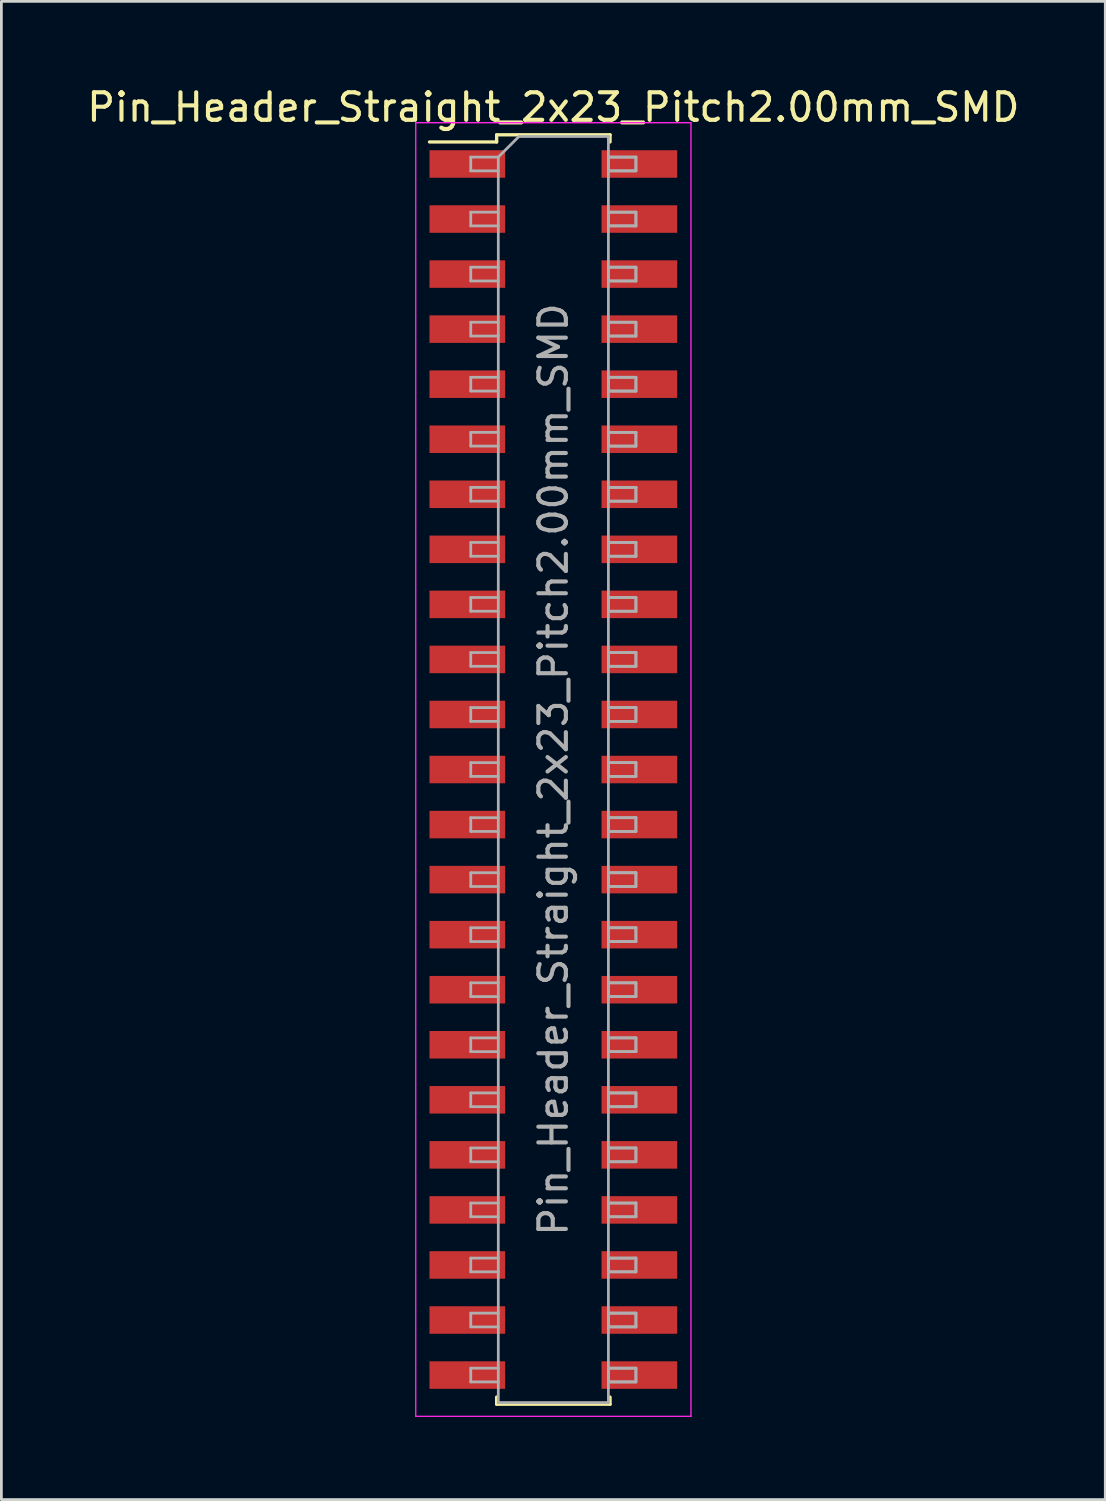
<source format=kicad_pcb>
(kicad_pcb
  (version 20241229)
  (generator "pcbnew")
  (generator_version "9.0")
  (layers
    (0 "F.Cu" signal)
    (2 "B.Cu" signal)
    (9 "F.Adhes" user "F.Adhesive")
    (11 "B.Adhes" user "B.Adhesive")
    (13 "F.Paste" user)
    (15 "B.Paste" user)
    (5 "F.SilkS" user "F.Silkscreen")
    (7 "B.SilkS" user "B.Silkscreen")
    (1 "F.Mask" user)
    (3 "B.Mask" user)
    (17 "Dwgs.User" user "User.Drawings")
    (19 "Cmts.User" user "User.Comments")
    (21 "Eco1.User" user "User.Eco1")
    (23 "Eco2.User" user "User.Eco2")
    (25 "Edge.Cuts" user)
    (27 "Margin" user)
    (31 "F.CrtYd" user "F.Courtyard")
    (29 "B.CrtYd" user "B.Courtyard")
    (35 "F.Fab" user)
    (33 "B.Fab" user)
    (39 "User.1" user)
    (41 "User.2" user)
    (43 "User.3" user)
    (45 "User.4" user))
  (footprint "Pin_Header_Straight_2x23_Pitch2.00mm_SMD"
    (layer "F.Cu")
    (at 17.054 24.908)
    (property "Reference" "Pin_Header_Straight_2x23_Pitch2.00mm_SMD" (at 0 -24.06 0) (layer "F.SilkS") (effects (font (size 1 1) (thickness 0.15))))
    (attr smd)
    (fp_line (start -4.5 -22.8) (end -2.06 -22.8) (stroke (width 0.12) (type solid)) (layer "F.SilkS"))
    (fp_line (start -2.06 -23.06) (end 2.06 -23.06) (stroke (width 0.12) (type solid)) (layer "F.SilkS"))
    (fp_line (start -2.06 -22.8) (end -2.06 -23.06) (stroke (width 0.12) (type solid)) (layer "F.SilkS"))
    (fp_line (start -2.06 22.8) (end -2.06 23.06) (stroke (width 0.12) (type solid)) (layer "F.SilkS"))
    (fp_line (start -2.06 23.06) (end 2.06 23.06) (stroke (width 0.12) (type solid)) (layer "F.SilkS"))
    (fp_line (start 2.06 -23.06) (end 2.06 -22.8) (stroke (width 0.12) (type solid)) (layer "F.SilkS"))
    (fp_line (start 2.06 23.06) (end 2.06 22.8) (stroke (width 0.12) (type solid)) (layer "F.SilkS"))
    (fp_line (start -5 -23.5) (end -5 23.5) (stroke (width 0.05) (type solid)) (layer "F.CrtYd"))
    (fp_line (start -5 23.5) (end 5 23.5) (stroke (width 0.05) (type solid)) (layer "F.CrtYd"))
    (fp_line (start 5 -23.5) (end -5 -23.5) (stroke (width 0.05) (type solid)) (layer "F.CrtYd"))
    (fp_line (start 5 23.5) (end 5 -23.5) (stroke (width 0.05) (type solid)) (layer "F.CrtYd"))
    (fp_line (start -3 -22.25) (end -3 -21.75) (stroke (width 0.1) (type solid)) (layer "F.Fab"))
    (fp_line (start -3 -21.75) (end -2 -21.75) (stroke (width 0.1) (type solid)) (layer "F.Fab"))
    (fp_line (start -3 -20.25) (end -3 -19.75) (stroke (width 0.1) (type solid)) (layer "F.Fab"))
    (fp_line (start -3 -19.75) (end -2 -19.75) (stroke (width 0.1) (type solid)) (layer "F.Fab"))
    (fp_line (start -3 -18.25) (end -3 -17.75) (stroke (width 0.1) (type solid)) (layer "F.Fab"))
    (fp_line (start -3 -17.75) (end -2 -17.75) (stroke (width 0.1) (type solid)) (layer "F.Fab"))
    (fp_line (start -3 -16.25) (end -3 -15.75) (stroke (width 0.1) (type solid)) (layer "F.Fab"))
    (fp_line (start -3 -15.75) (end -2 -15.75) (stroke (width 0.1) (type solid)) (layer "F.Fab"))
    (fp_line (start -3 -14.25) (end -3 -13.75) (stroke (width 0.1) (type solid)) (layer "F.Fab"))
    (fp_line (start -3 -13.75) (end -2 -13.75) (stroke (width 0.1) (type solid)) (layer "F.Fab"))
    (fp_line (start -3 -12.25) (end -3 -11.75) (stroke (width 0.1) (type solid)) (layer "F.Fab"))
    (fp_line (start -3 -11.75) (end -2 -11.75) (stroke (width 0.1) (type solid)) (layer "F.Fab"))
    (fp_line (start -3 -10.25) (end -3 -9.75) (stroke (width 0.1) (type solid)) (layer "F.Fab"))
    (fp_line (start -3 -9.75) (end -2 -9.75) (stroke (width 0.1) (type solid)) (layer "F.Fab"))
    (fp_line (start -3 -8.25) (end -3 -7.75) (stroke (width 0.1) (type solid)) (layer "F.Fab"))
    (fp_line (start -3 -7.75) (end -2 -7.75) (stroke (width 0.1) (type solid)) (layer "F.Fab"))
    (fp_line (start -3 -6.25) (end -3 -5.75) (stroke (width 0.1) (type solid)) (layer "F.Fab"))
    (fp_line (start -3 -5.75) (end -2 -5.75) (stroke (width 0.1) (type solid)) (layer "F.Fab"))
    (fp_line (start -3 -4.25) (end -3 -3.75) (stroke (width 0.1) (type solid)) (layer "F.Fab"))
    (fp_line (start -3 -3.75) (end -2 -3.75) (stroke (width 0.1) (type solid)) (layer "F.Fab"))
    (fp_line (start -3 -2.25) (end -3 -1.75) (stroke (width 0.1) (type solid)) (layer "F.Fab"))
    (fp_line (start -3 -1.75) (end -2 -1.75) (stroke (width 0.1) (type solid)) (layer "F.Fab"))
    (fp_line (start -3 -0.25) (end -3 0.25) (stroke (width 0.1) (type solid)) (layer "F.Fab"))
    (fp_line (start -3 0.25) (end -2 0.25) (stroke (width 0.1) (type solid)) (layer "F.Fab"))
    (fp_line (start -3 1.75) (end -3 2.25) (stroke (width 0.1) (type solid)) (layer "F.Fab"))
    (fp_line (start -3 2.25) (end -2 2.25) (stroke (width 0.1) (type solid)) (layer "F.Fab"))
    (fp_line (start -3 3.75) (end -3 4.25) (stroke (width 0.1) (type solid)) (layer "F.Fab"))
    (fp_line (start -3 4.25) (end -2 4.25) (stroke (width 0.1) (type solid)) (layer "F.Fab"))
    (fp_line (start -3 5.75) (end -3 6.25) (stroke (width 0.1) (type solid)) (layer "F.Fab"))
    (fp_line (start -3 6.25) (end -2 6.25) (stroke (width 0.1) (type solid)) (layer "F.Fab"))
    (fp_line (start -3 7.75) (end -3 8.25) (stroke (width 0.1) (type solid)) (layer "F.Fab"))
    (fp_line (start -3 8.25) (end -2 8.25) (stroke (width 0.1) (type solid)) (layer "F.Fab"))
    (fp_line (start -3 9.75) (end -3 10.25) (stroke (width 0.1) (type solid)) (layer "F.Fab"))
    (fp_line (start -3 10.25) (end -2 10.25) (stroke (width 0.1) (type solid)) (layer "F.Fab"))
    (fp_line (start -3 11.75) (end -3 12.25) (stroke (width 0.1) (type solid)) (layer "F.Fab"))
    (fp_line (start -3 12.25) (end -2 12.25) (stroke (width 0.1) (type solid)) (layer "F.Fab"))
    (fp_line (start -3 13.75) (end -3 14.25) (stroke (width 0.1) (type solid)) (layer "F.Fab"))
    (fp_line (start -3 14.25) (end -2 14.25) (stroke (width 0.1) (type solid)) (layer "F.Fab"))
    (fp_line (start -3 15.75) (end -3 16.25) (stroke (width 0.1) (type solid)) (layer "F.Fab"))
    (fp_line (start -3 16.25) (end -2 16.25) (stroke (width 0.1) (type solid)) (layer "F.Fab"))
    (fp_line (start -3 17.75) (end -3 18.25) (stroke (width 0.1) (type solid)) (layer "F.Fab"))
    (fp_line (start -3 18.25) (end -2 18.25) (stroke (width 0.1) (type solid)) (layer "F.Fab"))
    (fp_line (start -3 19.75) (end -3 20.25) (stroke (width 0.1) (type solid)) (layer "F.Fab"))
    (fp_line (start -3 20.25) (end -2 20.25) (stroke (width 0.1) (type solid)) (layer "F.Fab"))
    (fp_line (start -3 21.75) (end -3 22.25) (stroke (width 0.1) (type solid)) (layer "F.Fab"))
    (fp_line (start -3 22.25) (end -2 22.25) (stroke (width 0.1) (type solid)) (layer "F.Fab"))
    (fp_line (start -2 -22.25) (end -3 -22.25) (stroke (width 0.1) (type solid)) (layer "F.Fab"))
    (fp_line (start -2 -22.25) (end -1.25 -23) (stroke (width 0.1) (type solid)) (layer "F.Fab"))
    (fp_line (start -2 -20.25) (end -3 -20.25) (stroke (width 0.1) (type solid)) (layer "F.Fab"))
    (fp_line (start -2 -18.25) (end -3 -18.25) (stroke (width 0.1) (type solid)) (layer "F.Fab"))
    (fp_line (start -2 -16.25) (end -3 -16.25) (stroke (width 0.1) (type solid)) (layer "F.Fab"))
    (fp_line (start -2 -14.25) (end -3 -14.25) (stroke (width 0.1) (type solid)) (layer "F.Fab"))
    (fp_line (start -2 -12.25) (end -3 -12.25) (stroke (width 0.1) (type solid)) (layer "F.Fab"))
    (fp_line (start -2 -10.25) (end -3 -10.25) (stroke (width 0.1) (type solid)) (layer "F.Fab"))
    (fp_line (start -2 -8.25) (end -3 -8.25) (stroke (width 0.1) (type solid)) (layer "F.Fab"))
    (fp_line (start -2 -6.25) (end -3 -6.25) (stroke (width 0.1) (type solid)) (layer "F.Fab"))
    (fp_line (start -2 -4.25) (end -3 -4.25) (stroke (width 0.1) (type solid)) (layer "F.Fab"))
    (fp_line (start -2 -2.25) (end -3 -2.25) (stroke (width 0.1) (type solid)) (layer "F.Fab"))
    (fp_line (start -2 -0.25) (end -3 -0.25) (stroke (width 0.1) (type solid)) (layer "F.Fab"))
    (fp_line (start -2 1.75) (end -3 1.75) (stroke (width 0.1) (type solid)) (layer "F.Fab"))
    (fp_line (start -2 3.75) (end -3 3.75) (stroke (width 0.1) (type solid)) (layer "F.Fab"))
    (fp_line (start -2 5.75) (end -3 5.75) (stroke (width 0.1) (type solid)) (layer "F.Fab"))
    (fp_line (start -2 7.75) (end -3 7.75) (stroke (width 0.1) (type solid)) (layer "F.Fab"))
    (fp_line (start -2 9.75) (end -3 9.75) (stroke (width 0.1) (type solid)) (layer "F.Fab"))
    (fp_line (start -2 11.75) (end -3 11.75) (stroke (width 0.1) (type solid)) (layer "F.Fab"))
    (fp_line (start -2 13.75) (end -3 13.75) (stroke (width 0.1) (type solid)) (layer "F.Fab"))
    (fp_line (start -2 15.75) (end -3 15.75) (stroke (width 0.1) (type solid)) (layer "F.Fab"))
    (fp_line (start -2 17.75) (end -3 17.75) (stroke (width 0.1) (type solid)) (layer "F.Fab"))
    (fp_line (start -2 19.75) (end -3 19.75) (stroke (width 0.1) (type solid)) (layer "F.Fab"))
    (fp_line (start -2 21.75) (end -3 21.75) (stroke (width 0.1) (type solid)) (layer "F.Fab"))
    (fp_line (start -2 23) (end -2 -22.25) (stroke (width 0.1) (type solid)) (layer "F.Fab"))
    (fp_line (start -1.25 -23) (end 2 -23) (stroke (width 0.1) (type solid)) (layer "F.Fab"))
    (fp_line (start 2 -23) (end 2 23) (stroke (width 0.1) (type solid)) (layer "F.Fab"))
    (fp_line (start 2 -22.25) (end 2 -21.75) (stroke (width 0.1) (type solid)) (layer "F.Fab"))
    (fp_line (start 2 -22.25) (end 3 -22.25) (stroke (width 0.1) (type solid)) (layer "F.Fab"))
    (fp_line (start 2 -21.75) (end 3 -21.75) (stroke (width 0.1) (type solid)) (layer "F.Fab"))
    (fp_line (start 2 -20.25) (end 2 -19.75) (stroke (width 0.1) (type solid)) (layer "F.Fab"))
    (fp_line (start 2 -20.25) (end 3 -20.25) (stroke (width 0.1) (type solid)) (layer "F.Fab"))
    (fp_line (start 2 -19.75) (end 3 -19.75) (stroke (width 0.1) (type solid)) (layer "F.Fab"))
    (fp_line (start 2 -18.25) (end 2 -17.75) (stroke (width 0.1) (type solid)) (layer "F.Fab"))
    (fp_line (start 2 -18.25) (end 3 -18.25) (stroke (width 0.1) (type solid)) (layer "F.Fab"))
    (fp_line (start 2 -17.75) (end 3 -17.75) (stroke (width 0.1) (type solid)) (layer "F.Fab"))
    (fp_line (start 2 -16.25) (end 2 -15.75) (stroke (width 0.1) (type solid)) (layer "F.Fab"))
    (fp_line (start 2 -16.25) (end 3 -16.25) (stroke (width 0.1) (type solid)) (layer "F.Fab"))
    (fp_line (start 2 -15.75) (end 3 -15.75) (stroke (width 0.1) (type solid)) (layer "F.Fab"))
    (fp_line (start 2 -14.25) (end 2 -13.75) (stroke (width 0.1) (type solid)) (layer "F.Fab"))
    (fp_line (start 2 -14.25) (end 3 -14.25) (stroke (width 0.1) (type solid)) (layer "F.Fab"))
    (fp_line (start 2 -13.75) (end 3 -13.75) (stroke (width 0.1) (type solid)) (layer "F.Fab"))
    (fp_line (start 2 -12.25) (end 2 -11.75) (stroke (width 0.1) (type solid)) (layer "F.Fab"))
    (fp_line (start 2 -12.25) (end 3 -12.25) (stroke (width 0.1) (type solid)) (layer "F.Fab"))
    (fp_line (start 2 -11.75) (end 3 -11.75) (stroke (width 0.1) (type solid)) (layer "F.Fab"))
    (fp_line (start 2 -10.25) (end 2 -9.75) (stroke (width 0.1) (type solid)) (layer "F.Fab"))
    (fp_line (start 2 -10.25) (end 3 -10.25) (stroke (width 0.1) (type solid)) (layer "F.Fab"))
    (fp_line (start 2 -9.75) (end 3 -9.75) (stroke (width 0.1) (type solid)) (layer "F.Fab"))
    (fp_line (start 2 -8.25) (end 2 -7.75) (stroke (width 0.1) (type solid)) (layer "F.Fab"))
    (fp_line (start 2 -8.25) (end 3 -8.25) (stroke (width 0.1) (type solid)) (layer "F.Fab"))
    (fp_line (start 2 -7.75) (end 3 -7.75) (stroke (width 0.1) (type solid)) (layer "F.Fab"))
    (fp_line (start 2 -6.25) (end 2 -5.75) (stroke (width 0.1) (type solid)) (layer "F.Fab"))
    (fp_line (start 2 -6.25) (end 3 -6.25) (stroke (width 0.1) (type solid)) (layer "F.Fab"))
    (fp_line (start 2 -5.75) (end 3 -5.75) (stroke (width 0.1) (type solid)) (layer "F.Fab"))
    (fp_line (start 2 -4.25) (end 2 -3.75) (stroke (width 0.1) (type solid)) (layer "F.Fab"))
    (fp_line (start 2 -4.25) (end 3 -4.25) (stroke (width 0.1) (type solid)) (layer "F.Fab"))
    (fp_line (start 2 -3.75) (end 3 -3.75) (stroke (width 0.1) (type solid)) (layer "F.Fab"))
    (fp_line (start 2 -2.25) (end 2 -1.75) (stroke (width 0.1) (type solid)) (layer "F.Fab"))
    (fp_line (start 2 -2.25) (end 3 -2.25) (stroke (width 0.1) (type solid)) (layer "F.Fab"))
    (fp_line (start 2 -1.75) (end 3 -1.75) (stroke (width 0.1) (type solid)) (layer "F.Fab"))
    (fp_line (start 2 -0.25) (end 2 0.25) (stroke (width 0.1) (type solid)) (layer "F.Fab"))
    (fp_line (start 2 -0.25) (end 3 -0.25) (stroke (width 0.1) (type solid)) (layer "F.Fab"))
    (fp_line (start 2 0.25) (end 3 0.25) (stroke (width 0.1) (type solid)) (layer "F.Fab"))
    (fp_line (start 2 1.75) (end 2 2.25) (stroke (width 0.1) (type solid)) (layer "F.Fab"))
    (fp_line (start 2 1.75) (end 3 1.75) (stroke (width 0.1) (type solid)) (layer "F.Fab"))
    (fp_line (start 2 2.25) (end 3 2.25) (stroke (width 0.1) (type solid)) (layer "F.Fab"))
    (fp_line (start 2 3.75) (end 2 4.25) (stroke (width 0.1) (type solid)) (layer "F.Fab"))
    (fp_line (start 2 3.75) (end 3 3.75) (stroke (width 0.1) (type solid)) (layer "F.Fab"))
    (fp_line (start 2 4.25) (end 3 4.25) (stroke (width 0.1) (type solid)) (layer "F.Fab"))
    (fp_line (start 2 5.75) (end 2 6.25) (stroke (width 0.1) (type solid)) (layer "F.Fab"))
    (fp_line (start 2 5.75) (end 3 5.75) (stroke (width 0.1) (type solid)) (layer "F.Fab"))
    (fp_line (start 2 6.25) (end 3 6.25) (stroke (width 0.1) (type solid)) (layer "F.Fab"))
    (fp_line (start 2 7.75) (end 2 8.25) (stroke (width 0.1) (type solid)) (layer "F.Fab"))
    (fp_line (start 2 7.75) (end 3 7.75) (stroke (width 0.1) (type solid)) (layer "F.Fab"))
    (fp_line (start 2 8.25) (end 3 8.25) (stroke (width 0.1) (type solid)) (layer "F.Fab"))
    (fp_line (start 2 9.75) (end 2 10.25) (stroke (width 0.1) (type solid)) (layer "F.Fab"))
    (fp_line (start 2 9.75) (end 3 9.75) (stroke (width 0.1) (type solid)) (layer "F.Fab"))
    (fp_line (start 2 10.25) (end 3 10.25) (stroke (width 0.1) (type solid)) (layer "F.Fab"))
    (fp_line (start 2 11.75) (end 2 12.25) (stroke (width 0.1) (type solid)) (layer "F.Fab"))
    (fp_line (start 2 11.75) (end 3 11.75) (stroke (width 0.1) (type solid)) (layer "F.Fab"))
    (fp_line (start 2 12.25) (end 3 12.25) (stroke (width 0.1) (type solid)) (layer "F.Fab"))
    (fp_line (start 2 13.75) (end 2 14.25) (stroke (width 0.1) (type solid)) (layer "F.Fab"))
    (fp_line (start 2 13.75) (end 3 13.75) (stroke (width 0.1) (type solid)) (layer "F.Fab"))
    (fp_line (start 2 14.25) (end 3 14.25) (stroke (width 0.1) (type solid)) (layer "F.Fab"))
    (fp_line (start 2 15.75) (end 2 16.25) (stroke (width 0.1) (type solid)) (layer "F.Fab"))
    (fp_line (start 2 15.75) (end 3 15.75) (stroke (width 0.1) (type solid)) (layer "F.Fab"))
    (fp_line (start 2 16.25) (end 3 16.25) (stroke (width 0.1) (type solid)) (layer "F.Fab"))
    (fp_line (start 2 17.75) (end 2 18.25) (stroke (width 0.1) (type solid)) (layer "F.Fab"))
    (fp_line (start 2 17.75) (end 3 17.75) (stroke (width 0.1) (type solid)) (layer "F.Fab"))
    (fp_line (start 2 18.25) (end 3 18.25) (stroke (width 0.1) (type solid)) (layer "F.Fab"))
    (fp_line (start 2 19.75) (end 2 20.25) (stroke (width 0.1) (type solid)) (layer "F.Fab"))
    (fp_line (start 2 19.75) (end 3 19.75) (stroke (width 0.1) (type solid)) (layer "F.Fab"))
    (fp_line (start 2 20.25) (end 3 20.25) (stroke (width 0.1) (type solid)) (layer "F.Fab"))
    (fp_line (start 2 21.75) (end 2 22.25) (stroke (width 0.1) (type solid)) (layer "F.Fab"))
    (fp_line (start 2 21.75) (end 3 21.75) (stroke (width 0.1) (type solid)) (layer "F.Fab"))
    (fp_line (start 2 22.25) (end 3 22.25) (stroke (width 0.1) (type solid)) (layer "F.Fab"))
    (fp_line (start 2 23) (end -2 23) (stroke (width 0.1) (type solid)) (layer "F.Fab"))
    (fp_line (start 3 -22.25) (end 2 -22.25) (stroke (width 0.1) (type solid)) (layer "F.Fab"))
    (fp_line (start 3 -22.25) (end 3 -21.75) (stroke (width 0.1) (type solid)) (layer "F.Fab"))
    (fp_line (start 3 -21.75) (end 2 -21.75) (stroke (width 0.1) (type solid)) (layer "F.Fab"))
    (fp_line (start 3 -21.75) (end 3 -22.25) (stroke (width 0.1) (type solid)) (layer "F.Fab"))
    (fp_line (start 3 -20.25) (end 2 -20.25) (stroke (width 0.1) (type solid)) (layer "F.Fab"))
    (fp_line (start 3 -20.25) (end 3 -19.75) (stroke (width 0.1) (type solid)) (layer "F.Fab"))
    (fp_line (start 3 -19.75) (end 2 -19.75) (stroke (width 0.1) (type solid)) (layer "F.Fab"))
    (fp_line (start 3 -19.75) (end 3 -20.25) (stroke (width 0.1) (type solid)) (layer "F.Fab"))
    (fp_line (start 3 -18.25) (end 2 -18.25) (stroke (width 0.1) (type solid)) (layer "F.Fab"))
    (fp_line (start 3 -18.25) (end 3 -17.75) (stroke (width 0.1) (type solid)) (layer "F.Fab"))
    (fp_line (start 3 -17.75) (end 2 -17.75) (stroke (width 0.1) (type solid)) (layer "F.Fab"))
    (fp_line (start 3 -17.75) (end 3 -18.25) (stroke (width 0.1) (type solid)) (layer "F.Fab"))
    (fp_line (start 3 -16.25) (end 2 -16.25) (stroke (width 0.1) (type solid)) (layer "F.Fab"))
    (fp_line (start 3 -16.25) (end 3 -15.75) (stroke (width 0.1) (type solid)) (layer "F.Fab"))
    (fp_line (start 3 -15.75) (end 2 -15.75) (stroke (width 0.1) (type solid)) (layer "F.Fab"))
    (fp_line (start 3 -15.75) (end 3 -16.25) (stroke (width 0.1) (type solid)) (layer "F.Fab"))
    (fp_line (start 3 -14.25) (end 2 -14.25) (stroke (width 0.1) (type solid)) (layer "F.Fab"))
    (fp_line (start 3 -14.25) (end 3 -13.75) (stroke (width 0.1) (type solid)) (layer "F.Fab"))
    (fp_line (start 3 -13.75) (end 2 -13.75) (stroke (width 0.1) (type solid)) (layer "F.Fab"))
    (fp_line (start 3 -13.75) (end 3 -14.25) (stroke (width 0.1) (type solid)) (layer "F.Fab"))
    (fp_line (start 3 -12.25) (end 2 -12.25) (stroke (width 0.1) (type solid)) (layer "F.Fab"))
    (fp_line (start 3 -12.25) (end 3 -11.75) (stroke (width 0.1) (type solid)) (layer "F.Fab"))
    (fp_line (start 3 -11.75) (end 2 -11.75) (stroke (width 0.1) (type solid)) (layer "F.Fab"))
    (fp_line (start 3 -11.75) (end 3 -12.25) (stroke (width 0.1) (type solid)) (layer "F.Fab"))
    (fp_line (start 3 -10.25) (end 2 -10.25) (stroke (width 0.1) (type solid)) (layer "F.Fab"))
    (fp_line (start 3 -10.25) (end 3 -9.75) (stroke (width 0.1) (type solid)) (layer "F.Fab"))
    (fp_line (start 3 -9.75) (end 2 -9.75) (stroke (width 0.1) (type solid)) (layer "F.Fab"))
    (fp_line (start 3 -9.75) (end 3 -10.25) (stroke (width 0.1) (type solid)) (layer "F.Fab"))
    (fp_line (start 3 -8.25) (end 2 -8.25) (stroke (width 0.1) (type solid)) (layer "F.Fab"))
    (fp_line (start 3 -8.25) (end 3 -7.75) (stroke (width 0.1) (type solid)) (layer "F.Fab"))
    (fp_line (start 3 -7.75) (end 2 -7.75) (stroke (width 0.1) (type solid)) (layer "F.Fab"))
    (fp_line (start 3 -7.75) (end 3 -8.25) (stroke (width 0.1) (type solid)) (layer "F.Fab"))
    (fp_line (start 3 -6.25) (end 2 -6.25) (stroke (width 0.1) (type solid)) (layer "F.Fab"))
    (fp_line (start 3 -6.25) (end 3 -5.75) (stroke (width 0.1) (type solid)) (layer "F.Fab"))
    (fp_line (start 3 -5.75) (end 2 -5.75) (stroke (width 0.1) (type solid)) (layer "F.Fab"))
    (fp_line (start 3 -5.75) (end 3 -6.25) (stroke (width 0.1) (type solid)) (layer "F.Fab"))
    (fp_line (start 3 -4.25) (end 2 -4.25) (stroke (width 0.1) (type solid)) (layer "F.Fab"))
    (fp_line (start 3 -4.25) (end 3 -3.75) (stroke (width 0.1) (type solid)) (layer "F.Fab"))
    (fp_line (start 3 -3.75) (end 2 -3.75) (stroke (width 0.1) (type solid)) (layer "F.Fab"))
    (fp_line (start 3 -3.75) (end 3 -4.25) (stroke (width 0.1) (type solid)) (layer "F.Fab"))
    (fp_line (start 3 -2.25) (end 2 -2.25) (stroke (width 0.1) (type solid)) (layer "F.Fab"))
    (fp_line (start 3 -2.25) (end 3 -1.75) (stroke (width 0.1) (type solid)) (layer "F.Fab"))
    (fp_line (start 3 -1.75) (end 2 -1.75) (stroke (width 0.1) (type solid)) (layer "F.Fab"))
    (fp_line (start 3 -1.75) (end 3 -2.25) (stroke (width 0.1) (type solid)) (layer "F.Fab"))
    (fp_line (start 3 -0.25) (end 2 -0.25) (stroke (width 0.1) (type solid)) (layer "F.Fab"))
    (fp_line (start 3 -0.25) (end 3 0.25) (stroke (width 0.1) (type solid)) (layer "F.Fab"))
    (fp_line (start 3 0.25) (end 2 0.25) (stroke (width 0.1) (type solid)) (layer "F.Fab"))
    (fp_line (start 3 0.25) (end 3 -0.25) (stroke (width 0.1) (type solid)) (layer "F.Fab"))
    (fp_line (start 3 1.75) (end 2 1.75) (stroke (width 0.1) (type solid)) (layer "F.Fab"))
    (fp_line (start 3 1.75) (end 3 2.25) (stroke (width 0.1) (type solid)) (layer "F.Fab"))
    (fp_line (start 3 2.25) (end 2 2.25) (stroke (width 0.1) (type solid)) (layer "F.Fab"))
    (fp_line (start 3 2.25) (end 3 1.75) (stroke (width 0.1) (type solid)) (layer "F.Fab"))
    (fp_line (start 3 3.75) (end 2 3.75) (stroke (width 0.1) (type solid)) (layer "F.Fab"))
    (fp_line (start 3 3.75) (end 3 4.25) (stroke (width 0.1) (type solid)) (layer "F.Fab"))
    (fp_line (start 3 4.25) (end 2 4.25) (stroke (width 0.1) (type solid)) (layer "F.Fab"))
    (fp_line (start 3 4.25) (end 3 3.75) (stroke (width 0.1) (type solid)) (layer "F.Fab"))
    (fp_line (start 3 5.75) (end 2 5.75) (stroke (width 0.1) (type solid)) (layer "F.Fab"))
    (fp_line (start 3 5.75) (end 3 6.25) (stroke (width 0.1) (type solid)) (layer "F.Fab"))
    (fp_line (start 3 6.25) (end 2 6.25) (stroke (width 0.1) (type solid)) (layer "F.Fab"))
    (fp_line (start 3 6.25) (end 3 5.75) (stroke (width 0.1) (type solid)) (layer "F.Fab"))
    (fp_line (start 3 7.75) (end 2 7.75) (stroke (width 0.1) (type solid)) (layer "F.Fab"))
    (fp_line (start 3 7.75) (end 3 8.25) (stroke (width 0.1) (type solid)) (layer "F.Fab"))
    (fp_line (start 3 8.25) (end 2 8.25) (stroke (width 0.1) (type solid)) (layer "F.Fab"))
    (fp_line (start 3 8.25) (end 3 7.75) (stroke (width 0.1) (type solid)) (layer "F.Fab"))
    (fp_line (start 3 9.75) (end 2 9.75) (stroke (width 0.1) (type solid)) (layer "F.Fab"))
    (fp_line (start 3 9.75) (end 3 10.25) (stroke (width 0.1) (type solid)) (layer "F.Fab"))
    (fp_line (start 3 10.25) (end 2 10.25) (stroke (width 0.1) (type solid)) (layer "F.Fab"))
    (fp_line (start 3 10.25) (end 3 9.75) (stroke (width 0.1) (type solid)) (layer "F.Fab"))
    (fp_line (start 3 11.75) (end 2 11.75) (stroke (width 0.1) (type solid)) (layer "F.Fab"))
    (fp_line (start 3 11.75) (end 3 12.25) (stroke (width 0.1) (type solid)) (layer "F.Fab"))
    (fp_line (start 3 12.25) (end 2 12.25) (stroke (width 0.1) (type solid)) (layer "F.Fab"))
    (fp_line (start 3 12.25) (end 3 11.75) (stroke (width 0.1) (type solid)) (layer "F.Fab"))
    (fp_line (start 3 13.75) (end 2 13.75) (stroke (width 0.1) (type solid)) (layer "F.Fab"))
    (fp_line (start 3 13.75) (end 3 14.25) (stroke (width 0.1) (type solid)) (layer "F.Fab"))
    (fp_line (start 3 14.25) (end 2 14.25) (stroke (width 0.1) (type solid)) (layer "F.Fab"))
    (fp_line (start 3 14.25) (end 3 13.75) (stroke (width 0.1) (type solid)) (layer "F.Fab"))
    (fp_line (start 3 15.75) (end 2 15.75) (stroke (width 0.1) (type solid)) (layer "F.Fab"))
    (fp_line (start 3 15.75) (end 3 16.25) (stroke (width 0.1) (type solid)) (layer "F.Fab"))
    (fp_line (start 3 16.25) (end 2 16.25) (stroke (width 0.1) (type solid)) (layer "F.Fab"))
    (fp_line (start 3 16.25) (end 3 15.75) (stroke (width 0.1) (type solid)) (layer "F.Fab"))
    (fp_line (start 3 17.75) (end 2 17.75) (stroke (width 0.1) (type solid)) (layer "F.Fab"))
    (fp_line (start 3 17.75) (end 3 18.25) (stroke (width 0.1) (type solid)) (layer "F.Fab"))
    (fp_line (start 3 18.25) (end 2 18.25) (stroke (width 0.1) (type solid)) (layer "F.Fab"))
    (fp_line (start 3 18.25) (end 3 17.75) (stroke (width 0.1) (type solid)) (layer "F.Fab"))
    (fp_line (start 3 19.75) (end 2 19.75) (stroke (width 0.1) (type solid)) (layer "F.Fab"))
    (fp_line (start 3 19.75) (end 3 20.25) (stroke (width 0.1) (type solid)) (layer "F.Fab"))
    (fp_line (start 3 20.25) (end 2 20.25) (stroke (width 0.1) (type solid)) (layer "F.Fab"))
    (fp_line (start 3 20.25) (end 3 19.75) (stroke (width 0.1) (type solid)) (layer "F.Fab"))
    (fp_line (start 3 21.75) (end 2 21.75) (stroke (width 0.1) (type solid)) (layer "F.Fab"))
    (fp_line (start 3 21.75) (end 3 22.25) (stroke (width 0.1) (type solid)) (layer "F.Fab"))
    (fp_line (start 3 22.25) (end 2 22.25) (stroke (width 0.1) (type solid)) (layer "F.Fab"))
    (fp_line (start 3 22.25) (end 3 21.75) (stroke (width 0.1) (type solid)) (layer "F.Fab"))
    (fp_text user "${REFERENCE}" (at 0 0 90) (layer "F.Fab") (effects (font (size 1 1) (thickness 0.15))))
    (pad "1" smd rect (at -3.125 -22) (size 2.75 1) (layers "F.Cu" "F.Mask"))
    (pad "2" smd rect (at 3.125 -22) (size 2.75 1) (layers "F.Cu" "F.Mask"))
    (pad "3" smd rect (at -3.125 -20) (size 2.75 1) (layers "F.Cu" "F.Mask"))
    (pad "4" smd rect (at 3.125 -20) (size 2.75 1) (layers "F.Cu" "F.Mask"))
    (pad "5" smd rect (at -3.125 -18) (size 2.75 1) (layers "F.Cu" "F.Mask"))
    (pad "6" smd rect (at 3.125 -18) (size 2.75 1) (layers "F.Cu" "F.Mask"))
    (pad "7" smd rect (at -3.125 -16) (size 2.75 1) (layers "F.Cu" "F.Mask"))
    (pad "8" smd rect (at 3.125 -16) (size 2.75 1) (layers "F.Cu" "F.Mask"))
    (pad "9" smd rect (at -3.125 -14) (size 2.75 1) (layers "F.Cu" "F.Mask"))
    (pad "10" smd rect (at 3.125 -14) (size 2.75 1) (layers "F.Cu" "F.Mask"))
    (pad "11" smd rect (at -3.125 -12) (size 2.75 1) (layers "F.Cu" "F.Mask"))
    (pad "12" smd rect (at 3.125 -12) (size 2.75 1) (layers "F.Cu" "F.Mask"))
    (pad "13" smd rect (at -3.125 -10) (size 2.75 1) (layers "F.Cu" "F.Mask"))
    (pad "14" smd rect (at 3.125 -10) (size 2.75 1) (layers "F.Cu" "F.Mask"))
    (pad "15" smd rect (at -3.125 -8) (size 2.75 1) (layers "F.Cu" "F.Mask"))
    (pad "16" smd rect (at 3.125 -8) (size 2.75 1) (layers "F.Cu" "F.Mask"))
    (pad "17" smd rect (at -3.125 -6) (size 2.75 1) (layers "F.Cu" "F.Mask"))
    (pad "18" smd rect (at 3.125 -6) (size 2.75 1) (layers "F.Cu" "F.Mask"))
    (pad "19" smd rect (at -3.125 -4) (size 2.75 1) (layers "F.Cu" "F.Mask"))
    (pad "20" smd rect (at 3.125 -4) (size 2.75 1) (layers "F.Cu" "F.Mask"))
    (pad "21" smd rect (at -3.125 -2) (size 2.75 1) (layers "F.Cu" "F.Mask"))
    (pad "22" smd rect (at 3.125 -2) (size 2.75 1) (layers "F.Cu" "F.Mask"))
    (pad "23" smd rect (at -3.125 0) (size 2.75 1) (layers "F.Cu" "F.Mask"))
    (pad "24" smd rect (at 3.125 0) (size 2.75 1) (layers "F.Cu" "F.Mask"))
    (pad "25" smd rect (at -3.125 2) (size 2.75 1) (layers "F.Cu" "F.Mask"))
    (pad "26" smd rect (at 3.125 2) (size 2.75 1) (layers "F.Cu" "F.Mask"))
    (pad "27" smd rect (at -3.125 4) (size 2.75 1) (layers "F.Cu" "F.Mask"))
    (pad "28" smd rect (at 3.125 4) (size 2.75 1) (layers "F.Cu" "F.Mask"))
    (pad "29" smd rect (at -3.125 6) (size 2.75 1) (layers "F.Cu" "F.Mask"))
    (pad "30" smd rect (at 3.125 6) (size 2.75 1) (layers "F.Cu" "F.Mask"))
    (pad "31" smd rect (at -3.125 8) (size 2.75 1) (layers "F.Cu" "F.Mask"))
    (pad "32" smd rect (at 3.125 8) (size 2.75 1) (layers "F.Cu" "F.Mask"))
    (pad "33" smd rect (at -3.125 10) (size 2.75 1) (layers "F.Cu" "F.Mask"))
    (pad "34" smd rect (at 3.125 10) (size 2.75 1) (layers "F.Cu" "F.Mask"))
    (pad "35" smd rect (at -3.125 12) (size 2.75 1) (layers "F.Cu" "F.Mask"))
    (pad "36" smd rect (at 3.125 12) (size 2.75 1) (layers "F.Cu" "F.Mask"))
    (pad "37" smd rect (at -3.125 14) (size 2.75 1) (layers "F.Cu" "F.Mask"))
    (pad "38" smd rect (at 3.125 14) (size 2.75 1) (layers "F.Cu" "F.Mask"))
    (pad "39" smd rect (at -3.125 16) (size 2.75 1) (layers "F.Cu" "F.Mask"))
    (pad "40" smd rect (at 3.125 16) (size 2.75 1) (layers "F.Cu" "F.Mask"))
    (pad "41" smd rect (at -3.125 18) (size 2.75 1) (layers "F.Cu" "F.Mask"))
    (pad "42" smd rect (at 3.125 18) (size 2.75 1) (layers "F.Cu" "F.Mask"))
    (pad "43" smd rect (at -3.125 20) (size 2.75 1) (layers "F.Cu" "F.Mask"))
    (pad "44" smd rect (at 3.125 20) (size 2.75 1) (layers "F.Cu" "F.Mask"))
    (pad "45" smd rect (at -3.125 22) (size 2.75 1) (layers "F.Cu" "F.Mask"))
    (pad "46" smd rect (at 3.125 22) (size 2.75 1) (layers "F.Cu" "F.Mask")))
  (gr_rect
    (start -3 -3)
    (end 37.107 51.433)
    (stroke (width 0.1) (type default))
    (fill no)
    (layer "Edge.Cuts")))
</source>
